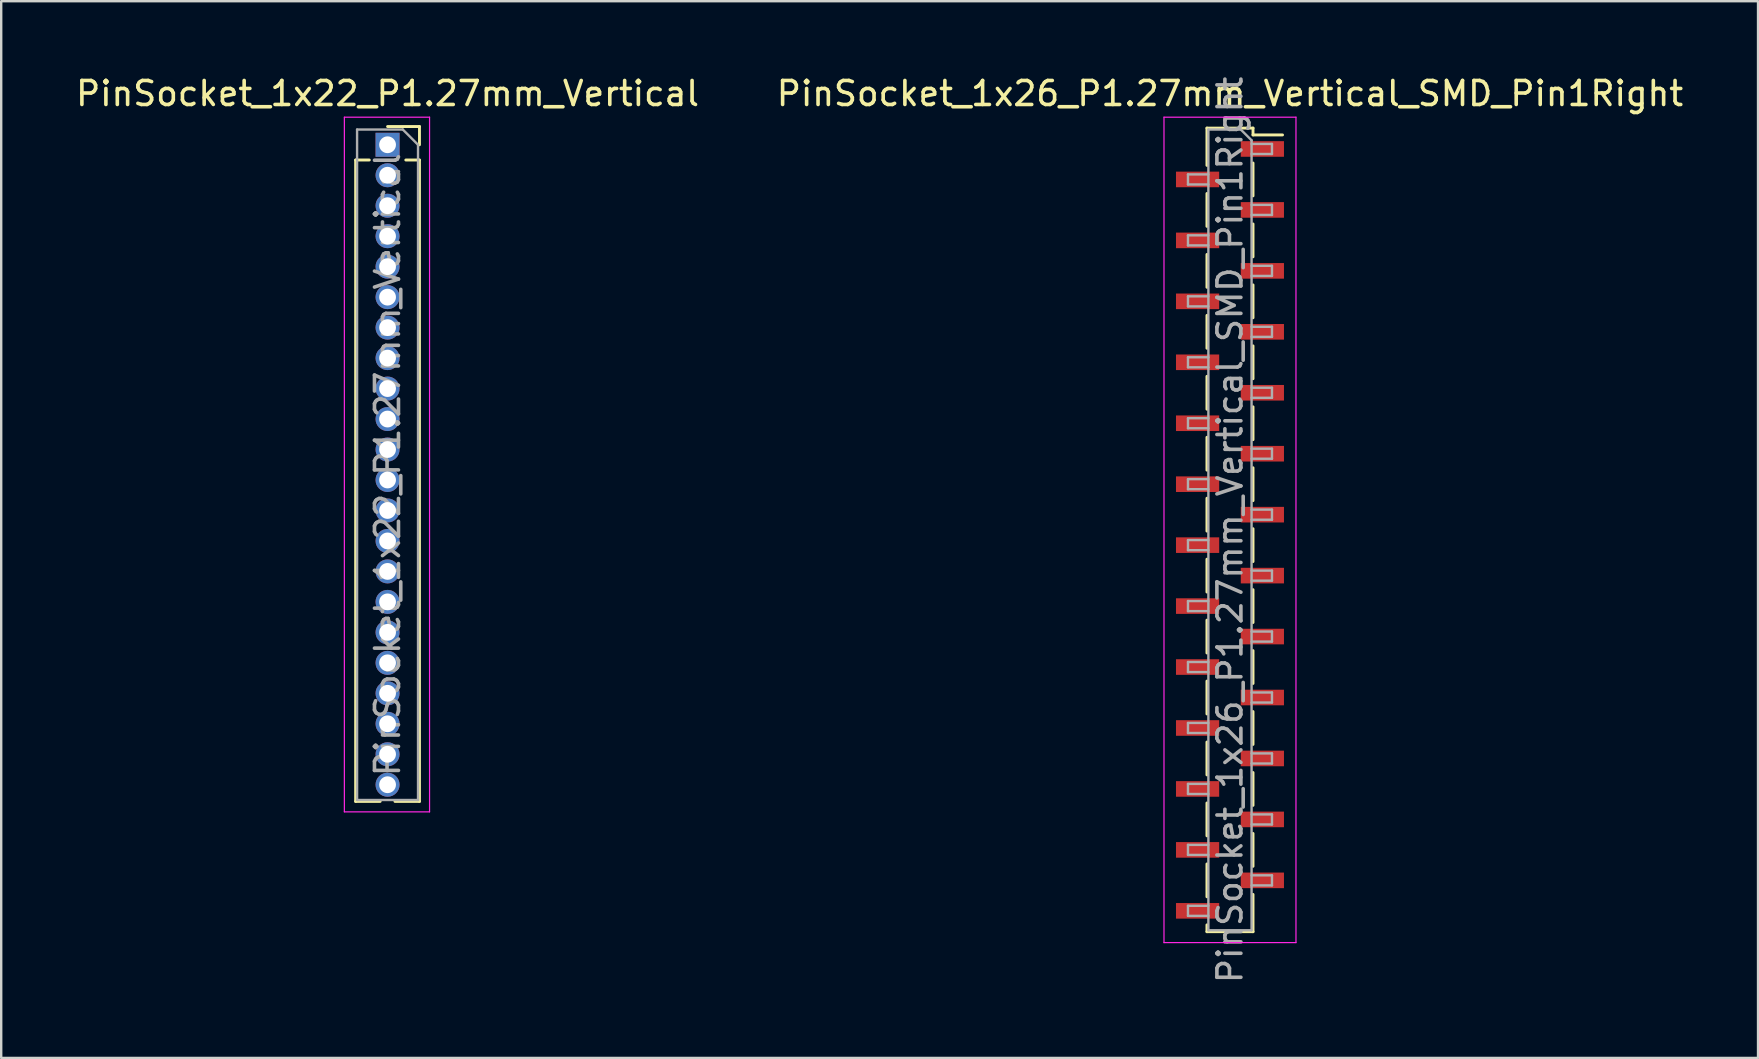
<source format=kicad_pcb>
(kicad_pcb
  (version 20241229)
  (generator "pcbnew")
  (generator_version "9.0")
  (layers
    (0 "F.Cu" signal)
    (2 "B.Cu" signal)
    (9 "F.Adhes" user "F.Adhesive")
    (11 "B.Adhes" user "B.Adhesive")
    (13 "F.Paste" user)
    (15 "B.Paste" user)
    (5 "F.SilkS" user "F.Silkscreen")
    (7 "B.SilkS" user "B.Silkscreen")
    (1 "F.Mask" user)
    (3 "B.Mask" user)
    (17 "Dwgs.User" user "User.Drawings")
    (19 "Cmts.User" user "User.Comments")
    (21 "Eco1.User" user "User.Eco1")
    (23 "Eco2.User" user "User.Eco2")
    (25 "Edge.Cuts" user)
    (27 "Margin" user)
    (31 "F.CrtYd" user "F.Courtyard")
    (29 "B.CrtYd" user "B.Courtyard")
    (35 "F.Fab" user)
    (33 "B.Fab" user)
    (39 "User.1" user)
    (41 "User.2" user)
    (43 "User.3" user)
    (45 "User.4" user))
  (footprint "PinSocket_1x26_P1.27mm_Vertical_SMD_Pin1Right"
    (layer "F.Cu")
    (at 48.208 19.033)
    (property "Reference" "PinSocket_1x26_P1.27mm_Vertical_SMD_Pin1Right" (at 0 -18.185 0) (layer "F.SilkS") (effects (font (size 1 1) (thickness 0.15))))
    (attr smd)
    (fp_line (start -0.96 -16.745) (end -0.96 -15.19) (stroke (width 0.12) (type solid)) (layer "F.SilkS"))
    (fp_line (start -0.96 -16.745) (end 0.96 -16.745) (stroke (width 0.12) (type solid)) (layer "F.SilkS"))
    (fp_line (start -0.96 -14.02) (end -0.96 -12.65) (stroke (width 0.12) (type solid)) (layer "F.SilkS"))
    (fp_line (start -0.96 -11.48) (end -0.96 -10.11) (stroke (width 0.12) (type solid)) (layer "F.SilkS"))
    (fp_line (start -0.96 -8.94) (end -0.96 -7.57) (stroke (width 0.12) (type solid)) (layer "F.SilkS"))
    (fp_line (start -0.96 -6.4) (end -0.96 -5.03) (stroke (width 0.12) (type solid)) (layer "F.SilkS"))
    (fp_line (start -0.96 -3.86) (end -0.96 -2.49) (stroke (width 0.12) (type solid)) (layer "F.SilkS"))
    (fp_line (start -0.96 -1.32) (end -0.96 0.05) (stroke (width 0.12) (type solid)) (layer "F.SilkS"))
    (fp_line (start -0.96 1.22) (end -0.96 2.59) (stroke (width 0.12) (type solid)) (layer "F.SilkS"))
    (fp_line (start -0.96 3.76) (end -0.96 5.13) (stroke (width 0.12) (type solid)) (layer "F.SilkS"))
    (fp_line (start -0.96 6.3) (end -0.96 7.67) (stroke (width 0.12) (type solid)) (layer "F.SilkS"))
    (fp_line (start -0.96 8.84) (end -0.96 10.21) (stroke (width 0.12) (type solid)) (layer "F.SilkS"))
    (fp_line (start -0.96 11.38) (end -0.96 12.75) (stroke (width 0.12) (type solid)) (layer "F.SilkS"))
    (fp_line (start -0.96 13.92) (end -0.96 15.29) (stroke (width 0.12) (type solid)) (layer "F.SilkS"))
    (fp_line (start -0.96 16.46) (end -0.96 16.745) (stroke (width 0.12) (type solid)) (layer "F.SilkS"))
    (fp_line (start -0.96 16.745) (end 0.96 16.745) (stroke (width 0.12) (type solid)) (layer "F.SilkS"))
    (fp_line (start 0.96 -16.745) (end 0.96 -16.46) (stroke (width 0.12) (type solid)) (layer "F.SilkS"))
    (fp_line (start 0.96 -16.46) (end 2.19 -16.46) (stroke (width 0.12) (type solid)) (layer "F.SilkS"))
    (fp_line (start 0.96 -15.29) (end 0.96 -13.92) (stroke (width 0.12) (type solid)) (layer "F.SilkS"))
    (fp_line (start 0.96 -12.75) (end 0.96 -11.38) (stroke (width 0.12) (type solid)) (layer "F.SilkS"))
    (fp_line (start 0.96 -10.21) (end 0.96 -8.84) (stroke (width 0.12) (type solid)) (layer "F.SilkS"))
    (fp_line (start 0.96 -7.67) (end 0.96 -6.3) (stroke (width 0.12) (type solid)) (layer "F.SilkS"))
    (fp_line (start 0.96 -5.13) (end 0.96 -3.76) (stroke (width 0.12) (type solid)) (layer "F.SilkS"))
    (fp_line (start 0.96 -2.59) (end 0.96 -1.22) (stroke (width 0.12) (type solid)) (layer "F.SilkS"))
    (fp_line (start 0.96 -0.05) (end 0.96 1.32) (stroke (width 0.12) (type solid)) (layer "F.SilkS"))
    (fp_line (start 0.96 2.49) (end 0.96 3.86) (stroke (width 0.12) (type solid)) (layer "F.SilkS"))
    (fp_line (start 0.96 5.03) (end 0.96 6.4) (stroke (width 0.12) (type solid)) (layer "F.SilkS"))
    (fp_line (start 0.96 7.57) (end 0.96 8.94) (stroke (width 0.12) (type solid)) (layer "F.SilkS"))
    (fp_line (start 0.96 10.11) (end 0.96 11.48) (stroke (width 0.12) (type solid)) (layer "F.SilkS"))
    (fp_line (start 0.96 12.65) (end 0.96 14.02) (stroke (width 0.12) (type solid)) (layer "F.SilkS"))
    (fp_line (start 0.96 15.19) (end 0.96 16.745) (stroke (width 0.12) (type solid)) (layer "F.SilkS"))
    (fp_line (start -2.75 -17.2) (end 2.75 -17.2) (stroke (width 0.05) (type solid)) (layer "F.CrtYd"))
    (fp_line (start -2.75 17.2) (end -2.75 -17.2) (stroke (width 0.05) (type solid)) (layer "F.CrtYd"))
    (fp_line (start 2.75 -17.2) (end 2.75 17.2) (stroke (width 0.05) (type solid)) (layer "F.CrtYd"))
    (fp_line (start 2.75 17.2) (end -2.75 17.2) (stroke (width 0.05) (type solid)) (layer "F.CrtYd"))
    (fp_line (start -1.75 -14.815) (end -0.9 -14.815) (stroke (width 0.1) (type solid)) (layer "F.Fab"))
    (fp_line (start -1.75 -14.395) (end -1.75 -14.815) (stroke (width 0.1) (type solid)) (layer "F.Fab"))
    (fp_line (start -1.75 -12.275) (end -0.9 -12.275) (stroke (width 0.1) (type solid)) (layer "F.Fab"))
    (fp_line (start -1.75 -11.855) (end -1.75 -12.275) (stroke (width 0.1) (type solid)) (layer "F.Fab"))
    (fp_line (start -1.75 -9.735) (end -0.9 -9.735) (stroke (width 0.1) (type solid)) (layer "F.Fab"))
    (fp_line (start -1.75 -9.315) (end -1.75 -9.735) (stroke (width 0.1) (type solid)) (layer "F.Fab"))
    (fp_line (start -1.75 -7.195) (end -0.9 -7.195) (stroke (width 0.1) (type solid)) (layer "F.Fab"))
    (fp_line (start -1.75 -6.775) (end -1.75 -7.195) (stroke (width 0.1) (type solid)) (layer "F.Fab"))
    (fp_line (start -1.75 -4.655) (end -0.9 -4.655) (stroke (width 0.1) (type solid)) (layer "F.Fab"))
    (fp_line (start -1.75 -4.235) (end -1.75 -4.655) (stroke (width 0.1) (type solid)) (layer "F.Fab"))
    (fp_line (start -1.75 -2.115) (end -0.9 -2.115) (stroke (width 0.1) (type solid)) (layer "F.Fab"))
    (fp_line (start -1.75 -1.695) (end -1.75 -2.115) (stroke (width 0.1) (type solid)) (layer "F.Fab"))
    (fp_line (start -1.75 0.425) (end -0.9 0.425) (stroke (width 0.1) (type solid)) (layer "F.Fab"))
    (fp_line (start -1.75 0.845) (end -1.75 0.425) (stroke (width 0.1) (type solid)) (layer "F.Fab"))
    (fp_line (start -1.75 2.965) (end -0.9 2.965) (stroke (width 0.1) (type solid)) (layer "F.Fab"))
    (fp_line (start -1.75 3.385) (end -1.75 2.965) (stroke (width 0.1) (type solid)) (layer "F.Fab"))
    (fp_line (start -1.75 5.505) (end -0.9 5.505) (stroke (width 0.1) (type solid)) (layer "F.Fab"))
    (fp_line (start -1.75 5.925) (end -1.75 5.505) (stroke (width 0.1) (type solid)) (layer "F.Fab"))
    (fp_line (start -1.75 8.045) (end -0.9 8.045) (stroke (width 0.1) (type solid)) (layer "F.Fab"))
    (fp_line (start -1.75 8.465) (end -1.75 8.045) (stroke (width 0.1) (type solid)) (layer "F.Fab"))
    (fp_line (start -1.75 10.585) (end -0.9 10.585) (stroke (width 0.1) (type solid)) (layer "F.Fab"))
    (fp_line (start -1.75 11.005) (end -1.75 10.585) (stroke (width 0.1) (type solid)) (layer "F.Fab"))
    (fp_line (start -1.75 13.125) (end -0.9 13.125) (stroke (width 0.1) (type solid)) (layer "F.Fab"))
    (fp_line (start -1.75 13.545) (end -1.75 13.125) (stroke (width 0.1) (type solid)) (layer "F.Fab"))
    (fp_line (start -1.75 15.665) (end -0.9 15.665) (stroke (width 0.1) (type solid)) (layer "F.Fab"))
    (fp_line (start -1.75 16.085) (end -1.75 15.665) (stroke (width 0.1) (type solid)) (layer "F.Fab"))
    (fp_line (start -0.9 -16.685) (end 0.45 -16.685) (stroke (width 0.1) (type solid)) (layer "F.Fab"))
    (fp_line (start -0.9 -14.395) (end -1.75 -14.395) (stroke (width 0.1) (type solid)) (layer "F.Fab"))
    (fp_line (start -0.9 -11.855) (end -1.75 -11.855) (stroke (width 0.1) (type solid)) (layer "F.Fab"))
    (fp_line (start -0.9 -9.315) (end -1.75 -9.315) (stroke (width 0.1) (type solid)) (layer "F.Fab"))
    (fp_line (start -0.9 -6.775) (end -1.75 -6.775) (stroke (width 0.1) (type solid)) (layer "F.Fab"))
    (fp_line (start -0.9 -4.235) (end -1.75 -4.235) (stroke (width 0.1) (type solid)) (layer "F.Fab"))
    (fp_line (start -0.9 -1.695) (end -1.75 -1.695) (stroke (width 0.1) (type solid)) (layer "F.Fab"))
    (fp_line (start -0.9 0.845) (end -1.75 0.845) (stroke (width 0.1) (type solid)) (layer "F.Fab"))
    (fp_line (start -0.9 3.385) (end -1.75 3.385) (stroke (width 0.1) (type solid)) (layer "F.Fab"))
    (fp_line (start -0.9 5.925) (end -1.75 5.925) (stroke (width 0.1) (type solid)) (layer "F.Fab"))
    (fp_line (start -0.9 8.465) (end -1.75 8.465) (stroke (width 0.1) (type solid)) (layer "F.Fab"))
    (fp_line (start -0.9 11.005) (end -1.75 11.005) (stroke (width 0.1) (type solid)) (layer "F.Fab"))
    (fp_line (start -0.9 13.545) (end -1.75 13.545) (stroke (width 0.1) (type solid)) (layer "F.Fab"))
    (fp_line (start -0.9 16.085) (end -1.75 16.085) (stroke (width 0.1) (type solid)) (layer "F.Fab"))
    (fp_line (start -0.9 16.685) (end -0.9 -16.685) (stroke (width 0.1) (type solid)) (layer "F.Fab"))
    (fp_line (start 0.45 -16.685) (end 0.9 -16.235) (stroke (width 0.1) (type solid)) (layer "F.Fab"))
    (fp_line (start 0.9 -16.235) (end 0.9 16.685) (stroke (width 0.1) (type solid)) (layer "F.Fab"))
    (fp_line (start 0.9 -16.085) (end 1.75 -16.085) (stroke (width 0.1) (type solid)) (layer "F.Fab"))
    (fp_line (start 0.9 -13.545) (end 1.75 -13.545) (stroke (width 0.1) (type solid)) (layer "F.Fab"))
    (fp_line (start 0.9 -11.005) (end 1.75 -11.005) (stroke (width 0.1) (type solid)) (layer "F.Fab"))
    (fp_line (start 0.9 -8.465) (end 1.75 -8.465) (stroke (width 0.1) (type solid)) (layer "F.Fab"))
    (fp_line (start 0.9 -5.925) (end 1.75 -5.925) (stroke (width 0.1) (type solid)) (layer "F.Fab"))
    (fp_line (start 0.9 -3.385) (end 1.75 -3.385) (stroke (width 0.1) (type solid)) (layer "F.Fab"))
    (fp_line (start 0.9 -0.845) (end 1.75 -0.845) (stroke (width 0.1) (type solid)) (layer "F.Fab"))
    (fp_line (start 0.9 1.695) (end 1.75 1.695) (stroke (width 0.1) (type solid)) (layer "F.Fab"))
    (fp_line (start 0.9 4.235) (end 1.75 4.235) (stroke (width 0.1) (type solid)) (layer "F.Fab"))
    (fp_line (start 0.9 6.775) (end 1.75 6.775) (stroke (width 0.1) (type solid)) (layer "F.Fab"))
    (fp_line (start 0.9 9.315) (end 1.75 9.315) (stroke (width 0.1) (type solid)) (layer "F.Fab"))
    (fp_line (start 0.9 11.855) (end 1.75 11.855) (stroke (width 0.1) (type solid)) (layer "F.Fab"))
    (fp_line (start 0.9 14.395) (end 1.75 14.395) (stroke (width 0.1) (type solid)) (layer "F.Fab"))
    (fp_line (start 0.9 16.685) (end -0.9 16.685) (stroke (width 0.1) (type solid)) (layer "F.Fab"))
    (fp_line (start 1.75 -16.085) (end 1.75 -15.665) (stroke (width 0.1) (type solid)) (layer "F.Fab"))
    (fp_line (start 1.75 -15.665) (end 0.9 -15.665) (stroke (width 0.1) (type solid)) (layer "F.Fab"))
    (fp_line (start 1.75 -13.545) (end 1.75 -13.125) (stroke (width 0.1) (type solid)) (layer "F.Fab"))
    (fp_line (start 1.75 -13.125) (end 0.9 -13.125) (stroke (width 0.1) (type solid)) (layer "F.Fab"))
    (fp_line (start 1.75 -11.005) (end 1.75 -10.585) (stroke (width 0.1) (type solid)) (layer "F.Fab"))
    (fp_line (start 1.75 -10.585) (end 0.9 -10.585) (stroke (width 0.1) (type solid)) (layer "F.Fab"))
    (fp_line (start 1.75 -8.465) (end 1.75 -8.045) (stroke (width 0.1) (type solid)) (layer "F.Fab"))
    (fp_line (start 1.75 -8.045) (end 0.9 -8.045) (stroke (width 0.1) (type solid)) (layer "F.Fab"))
    (fp_line (start 1.75 -5.925) (end 1.75 -5.505) (stroke (width 0.1) (type solid)) (layer "F.Fab"))
    (fp_line (start 1.75 -5.505) (end 0.9 -5.505) (stroke (width 0.1) (type solid)) (layer "F.Fab"))
    (fp_line (start 1.75 -3.385) (end 1.75 -2.965) (stroke (width 0.1) (type solid)) (layer "F.Fab"))
    (fp_line (start 1.75 -2.965) (end 0.9 -2.965) (stroke (width 0.1) (type solid)) (layer "F.Fab"))
    (fp_line (start 1.75 -0.845) (end 1.75 -0.425) (stroke (width 0.1) (type solid)) (layer "F.Fab"))
    (fp_line (start 1.75 -0.425) (end 0.9 -0.425) (stroke (width 0.1) (type solid)) (layer "F.Fab"))
    (fp_line (start 1.75 1.695) (end 1.75 2.115) (stroke (width 0.1) (type solid)) (layer "F.Fab"))
    (fp_line (start 1.75 2.115) (end 0.9 2.115) (stroke (width 0.1) (type solid)) (layer "F.Fab"))
    (fp_line (start 1.75 4.235) (end 1.75 4.655) (stroke (width 0.1) (type solid)) (layer "F.Fab"))
    (fp_line (start 1.75 4.655) (end 0.9 4.655) (stroke (width 0.1) (type solid)) (layer "F.Fab"))
    (fp_line (start 1.75 6.775) (end 1.75 7.195) (stroke (width 0.1) (type solid)) (layer "F.Fab"))
    (fp_line (start 1.75 7.195) (end 0.9 7.195) (stroke (width 0.1) (type solid)) (layer "F.Fab"))
    (fp_line (start 1.75 9.315) (end 1.75 9.735) (stroke (width 0.1) (type solid)) (layer "F.Fab"))
    (fp_line (start 1.75 9.735) (end 0.9 9.735) (stroke (width 0.1) (type solid)) (layer "F.Fab"))
    (fp_line (start 1.75 11.855) (end 1.75 12.275) (stroke (width 0.1) (type solid)) (layer "F.Fab"))
    (fp_line (start 1.75 12.275) (end 0.9 12.275) (stroke (width 0.1) (type solid)) (layer "F.Fab"))
    (fp_line (start 1.75 14.395) (end 1.75 14.815) (stroke (width 0.1) (type solid)) (layer "F.Fab"))
    (fp_line (start 1.75 14.815) (end 0.9 14.815) (stroke (width 0.1) (type solid)) (layer "F.Fab"))
    (fp_text user "${REFERENCE}" (at 0 0 90) (layer "F.Fab") (effects (font (size 1 1) (thickness 0.15))))
    (pad "1" smd rect (at 1.35 -15.875) (size 1.8 0.65) (layers "F.Cu" "F.Mask" "F.Paste"))
    (pad "2" smd rect (at -1.35 -14.605) (size 1.8 0.65) (layers "F.Cu" "F.Mask" "F.Paste"))
    (pad "3" smd rect (at 1.35 -13.335) (size 1.8 0.65) (layers "F.Cu" "F.Mask" "F.Paste"))
    (pad "4" smd rect (at -1.35 -12.065) (size 1.8 0.65) (layers "F.Cu" "F.Mask" "F.Paste"))
    (pad "5" smd rect (at 1.35 -10.795) (size 1.8 0.65) (layers "F.Cu" "F.Mask" "F.Paste"))
    (pad "6" smd rect (at -1.35 -9.525) (size 1.8 0.65) (layers "F.Cu" "F.Mask" "F.Paste"))
    (pad "7" smd rect (at 1.35 -8.255) (size 1.8 0.65) (layers "F.Cu" "F.Mask" "F.Paste"))
    (pad "8" smd rect (at -1.35 -6.985) (size 1.8 0.65) (layers "F.Cu" "F.Mask" "F.Paste"))
    (pad "9" smd rect (at 1.35 -5.715) (size 1.8 0.65) (layers "F.Cu" "F.Mask" "F.Paste"))
    (pad "10" smd rect (at -1.35 -4.445) (size 1.8 0.65) (layers "F.Cu" "F.Mask" "F.Paste"))
    (pad "11" smd rect (at 1.35 -3.175) (size 1.8 0.65) (layers "F.Cu" "F.Mask" "F.Paste"))
    (pad "12" smd rect (at -1.35 -1.905) (size 1.8 0.65) (layers "F.Cu" "F.Mask" "F.Paste"))
    (pad "13" smd rect (at 1.35 -0.635) (size 1.8 0.65) (layers "F.Cu" "F.Mask" "F.Paste"))
    (pad "14" smd rect (at -1.35 0.635) (size 1.8 0.65) (layers "F.Cu" "F.Mask" "F.Paste"))
    (pad "15" smd rect (at 1.35 1.905) (size 1.8 0.65) (layers "F.Cu" "F.Mask" "F.Paste"))
    (pad "16" smd rect (at -1.35 3.175) (size 1.8 0.65) (layers "F.Cu" "F.Mask" "F.Paste"))
    (pad "17" smd rect (at 1.35 4.445) (size 1.8 0.65) (layers "F.Cu" "F.Mask" "F.Paste"))
    (pad "18" smd rect (at -1.35 5.715) (size 1.8 0.65) (layers "F.Cu" "F.Mask" "F.Paste"))
    (pad "19" smd rect (at 1.35 6.985) (size 1.8 0.65) (layers "F.Cu" "F.Mask" "F.Paste"))
    (pad "20" smd rect (at -1.35 8.255) (size 1.8 0.65) (layers "F.Cu" "F.Mask" "F.Paste"))
    (pad "21" smd rect (at 1.35 9.525) (size 1.8 0.65) (layers "F.Cu" "F.Mask" "F.Paste"))
    (pad "22" smd rect (at -1.35 10.795) (size 1.8 0.65) (layers "F.Cu" "F.Mask" "F.Paste"))
    (pad "23" smd rect (at 1.35 12.065) (size 1.8 0.65) (layers "F.Cu" "F.Mask" "F.Paste"))
    (pad "24" smd rect (at -1.35 13.335) (size 1.8 0.65) (layers "F.Cu" "F.Mask" "F.Paste"))
    (pad "25" smd rect (at 1.35 14.605) (size 1.8 0.65) (layers "F.Cu" "F.Mask" "F.Paste"))
    (pad "26" smd rect (at -1.35 15.875) (size 1.8 0.65) (layers "F.Cu" "F.Mask" "F.Paste")))
  (footprint "PinSocket_1x22_P1.27mm_Vertical"
    (layer "F.Cu")
    (at 13.101 2.983)
    (property "Reference" "PinSocket_1x22_P1.27mm_Vertical" (at 0 -2.135 0) (layer "F.SilkS") (effects (font (size 1 1) (thickness 0.15))))
    (attr through_hole)
    (fp_line (start -1.33 0.635) (end -1.33 27.365) (stroke (width 0.12) (type solid)) (layer "F.SilkS"))
    (fp_line (start -1.33 0.635) (end -0.76 0.635) (stroke (width 0.12) (type solid)) (layer "F.SilkS"))
    (fp_line (start -1.33 27.365) (end -0.308 27.365) (stroke (width 0.12) (type solid)) (layer "F.SilkS"))
    (fp_line (start 0 -0.76) (end 1.33 -0.76) (stroke (width 0.12) (type solid)) (layer "F.SilkS"))
    (fp_line (start 0.308 27.365) (end 1.33 27.365) (stroke (width 0.12) (type solid)) (layer "F.SilkS"))
    (fp_line (start 0.76 0.635) (end 1.33 0.635) (stroke (width 0.12) (type solid)) (layer "F.SilkS"))
    (fp_line (start 1.33 -0.76) (end 1.33 0) (stroke (width 0.12) (type solid)) (layer "F.SilkS"))
    (fp_line (start 1.33 0.635) (end 1.33 27.365) (stroke (width 0.12) (type solid)) (layer "F.SilkS"))
    (fp_line (start -1.8 -1.15) (end 1.75 -1.15) (stroke (width 0.05) (type solid)) (layer "F.CrtYd"))
    (fp_line (start -1.8 27.8) (end -1.8 -1.15) (stroke (width 0.05) (type solid)) (layer "F.CrtYd"))
    (fp_line (start 1.75 -1.15) (end 1.75 27.8) (stroke (width 0.05) (type solid)) (layer "F.CrtYd"))
    (fp_line (start 1.75 27.8) (end -1.8 27.8) (stroke (width 0.05) (type solid)) (layer "F.CrtYd"))
    (fp_line (start -1.27 -0.635) (end 0.635 -0.635) (stroke (width 0.1) (type solid)) (layer "F.Fab"))
    (fp_line (start -1.27 27.305) (end -1.27 -0.635) (stroke (width 0.1) (type solid)) (layer "F.Fab"))
    (fp_line (start 0.635 -0.635) (end 1.27 0) (stroke (width 0.1) (type solid)) (layer "F.Fab"))
    (fp_line (start 1.27 0) (end 1.27 27.305) (stroke (width 0.1) (type solid)) (layer "F.Fab"))
    (fp_line (start 1.27 27.305) (end -1.27 27.305) (stroke (width 0.1) (type solid)) (layer "F.Fab"))
    (fp_text user "${REFERENCE}" (at 0 13.335 90) (layer "F.Fab") (effects (font (size 1 1) (thickness 0.15))))
    (pad "1" thru_hole rect (at 0 0) (size 1 1) (drill 0.7) (layers "*.Cu" "*.Mask"))
    (pad "2" thru_hole oval (at 0 1.27) (size 1 1) (drill 0.7) (layers "*.Cu" "*.Mask"))
    (pad "3" thru_hole oval (at 0 2.54) (size 1 1) (drill 0.7) (layers "*.Cu" "*.Mask"))
    (pad "4" thru_hole oval (at 0 3.81) (size 1 1) (drill 0.7) (layers "*.Cu" "*.Mask"))
    (pad "5" thru_hole oval (at 0 5.08) (size 1 1) (drill 0.7) (layers "*.Cu" "*.Mask"))
    (pad "6" thru_hole oval (at 0 6.35) (size 1 1) (drill 0.7) (layers "*.Cu" "*.Mask"))
    (pad "7" thru_hole oval (at 0 7.62) (size 1 1) (drill 0.7) (layers "*.Cu" "*.Mask"))
    (pad "8" thru_hole oval (at 0 8.89) (size 1 1) (drill 0.7) (layers "*.Cu" "*.Mask"))
    (pad "9" thru_hole oval (at 0 10.16) (size 1 1) (drill 0.7) (layers "*.Cu" "*.Mask"))
    (pad "10" thru_hole oval (at 0 11.43) (size 1 1) (drill 0.7) (layers "*.Cu" "*.Mask"))
    (pad "11" thru_hole oval (at 0 12.7) (size 1 1) (drill 0.7) (layers "*.Cu" "*.Mask"))
    (pad "12" thru_hole oval (at 0 13.97) (size 1 1) (drill 0.7) (layers "*.Cu" "*.Mask"))
    (pad "13" thru_hole oval (at 0 15.24) (size 1 1) (drill 0.7) (layers "*.Cu" "*.Mask"))
    (pad "14" thru_hole oval (at 0 16.51) (size 1 1) (drill 0.7) (layers "*.Cu" "*.Mask"))
    (pad "15" thru_hole oval (at 0 17.78) (size 1 1) (drill 0.7) (layers "*.Cu" "*.Mask"))
    (pad "16" thru_hole oval (at 0 19.05) (size 1 1) (drill 0.7) (layers "*.Cu" "*.Mask"))
    (pad "17" thru_hole oval (at 0 20.32) (size 1 1) (drill 0.7) (layers "*.Cu" "*.Mask"))
    (pad "18" thru_hole oval (at 0 21.59) (size 1 1) (drill 0.7) (layers "*.Cu" "*.Mask"))
    (pad "19" thru_hole oval (at 0 22.86) (size 1 1) (drill 0.7) (layers "*.Cu" "*.Mask"))
    (pad "20" thru_hole oval (at 0 24.13) (size 1 1) (drill 0.7) (layers "*.Cu" "*.Mask"))
    (pad "21" thru_hole oval (at 0 25.4) (size 1 1) (drill 0.7) (layers "*.Cu" "*.Mask"))
    (pad "22" thru_hole oval (at 0 26.67) (size 1 1) (drill 0.7) (layers "*.Cu" "*.Mask")))
  (gr_rect
    (start -3 -3)
    (end 70.214 41.039)
    (stroke (width 0.1) (type default))
    (fill no)
    (layer "Edge.Cuts")))
</source>
